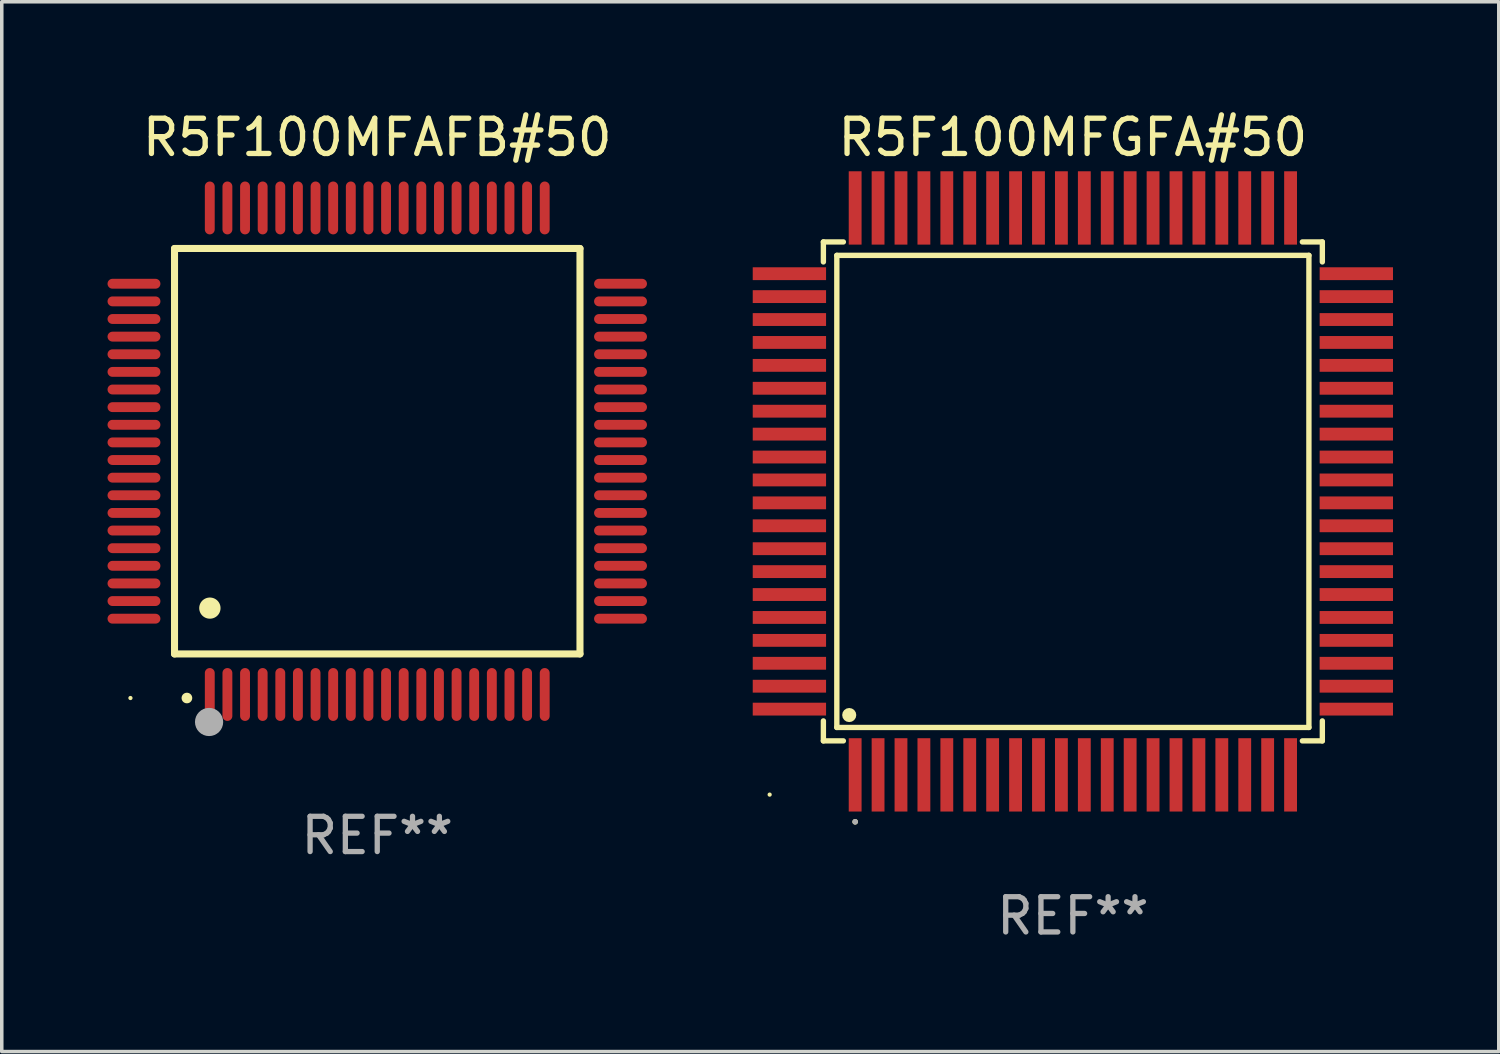
<source format=kicad_pcb>
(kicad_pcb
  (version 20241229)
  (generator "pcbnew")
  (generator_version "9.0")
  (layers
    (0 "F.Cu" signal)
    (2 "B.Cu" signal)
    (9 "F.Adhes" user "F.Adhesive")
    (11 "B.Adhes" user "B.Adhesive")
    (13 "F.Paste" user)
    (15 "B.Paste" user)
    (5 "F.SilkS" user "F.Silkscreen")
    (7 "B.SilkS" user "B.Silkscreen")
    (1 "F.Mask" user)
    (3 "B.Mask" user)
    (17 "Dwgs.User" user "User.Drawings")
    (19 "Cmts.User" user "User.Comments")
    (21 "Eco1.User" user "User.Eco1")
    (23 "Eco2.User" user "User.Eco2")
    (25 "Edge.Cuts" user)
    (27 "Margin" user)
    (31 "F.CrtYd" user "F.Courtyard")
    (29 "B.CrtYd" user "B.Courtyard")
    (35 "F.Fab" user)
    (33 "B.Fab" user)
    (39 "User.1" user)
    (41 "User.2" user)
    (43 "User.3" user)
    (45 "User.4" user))
  (footprint "R5F100MFAFB#50"
    (layer "F.Cu")
    (at 7.65 9.748)
    (property "Reference" "R5F100MFAFB#50" (at 0 -8.9 0) (layer "F.SilkS") (effects (font (size 1 1) (thickness 0.15))))
    (attr through_hole)
    (fp_line (start -5.75 -5.75) (end 5.75 -5.75) (stroke (width 0.2) (type solid)) (layer "F.SilkS"))
    (fp_line (start -5.75 5.75) (end -5.75 -5.75) (stroke (width 0.2) (type solid)) (layer "F.SilkS"))
    (fp_line (start 5.75 -5.75) (end 5.75 5.75) (stroke (width 0.2) (type solid)) (layer "F.SilkS"))
    (fp_line (start 5.75 5.75) (end -5.75 5.75) (stroke (width 0.2) (type solid)) (layer "F.SilkS"))
    (fp_arc (start -5.400051 7.000254) (mid -5.398781 7.000249) (end -5.397511 7.000254) (stroke (width 0.3) (type solid)) (layer "F.SilkS"))
    (fp_arc (start -4.749809 4.450089) (mid -4.747269 4.450078) (end -4.744729 4.450089) (stroke (width 0.6) (type solid)) (layer "F.SilkS"))
    (fp_circle (center -7 7) (end -6.97 7) (stroke (width 0.06) (type solid)) (fill no) (layer "F.SilkS"))
    (fp_circle (center -4.77 7.68) (end -4.57 7.68) (stroke (width 0.4) (type solid)) (fill no) (layer "F.Fab"))
    (fp_text user "REF**" (at 0 10.9 0) (layer "F.Fab") (effects (font (size 1 1) (thickness 0.15))))
    (pad "1" smd oval (at -4.75 6.9) (size 0.28 1.5) (layers "F.Cu" "F.Mask" "F.Paste"))
    (pad "2" smd oval (at -4.25 6.9) (size 0.28 1.5) (layers "F.Cu" "F.Mask" "F.Paste"))
    (pad "3" smd oval (at -3.75 6.9) (size 0.28 1.5) (layers "F.Cu" "F.Mask" "F.Paste"))
    (pad "4" smd oval (at -3.25 6.9) (size 0.28 1.5) (layers "F.Cu" "F.Mask" "F.Paste"))
    (pad "5" smd oval (at -2.75 6.9) (size 0.28 1.5) (layers "F.Cu" "F.Mask" "F.Paste"))
    (pad "6" smd oval (at -2.25 6.9) (size 0.28 1.5) (layers "F.Cu" "F.Mask" "F.Paste"))
    (pad "7" smd oval (at -1.75 6.9) (size 0.28 1.5) (layers "F.Cu" "F.Mask" "F.Paste"))
    (pad "8" smd oval (at -1.25 6.9) (size 0.28 1.5) (layers "F.Cu" "F.Mask" "F.Paste"))
    (pad "9" smd oval (at -0.75 6.9) (size 0.28 1.5) (layers "F.Cu" "F.Mask" "F.Paste"))
    (pad "10" smd oval (at -0.25 6.9) (size 0.28 1.5) (layers "F.Cu" "F.Mask" "F.Paste"))
    (pad "11" smd oval (at 0.25 6.9) (size 0.28 1.5) (layers "F.Cu" "F.Mask" "F.Paste"))
    (pad "12" smd oval (at 0.75 6.9) (size 0.28 1.5) (layers "F.Cu" "F.Mask" "F.Paste"))
    (pad "13" smd oval (at 1.25 6.9) (size 0.28 1.5) (layers "F.Cu" "F.Mask" "F.Paste"))
    (pad "14" smd oval (at 1.75 6.9) (size 0.28 1.5) (layers "F.Cu" "F.Mask" "F.Paste"))
    (pad "15" smd oval (at 2.25 6.9) (size 0.28 1.5) (layers "F.Cu" "F.Mask" "F.Paste"))
    (pad "16" smd oval (at 2.75 6.9) (size 0.28 1.5) (layers "F.Cu" "F.Mask" "F.Paste"))
    (pad "17" smd oval (at 3.25 6.9) (size 0.28 1.5) (layers "F.Cu" "F.Mask" "F.Paste"))
    (pad "18" smd oval (at 3.75 6.9) (size 0.28 1.5) (layers "F.Cu" "F.Mask" "F.Paste"))
    (pad "19" smd oval (at 4.25 6.9) (size 0.28 1.5) (layers "F.Cu" "F.Mask" "F.Paste"))
    (pad "20" smd oval (at 4.75 6.9) (size 0.28 1.5) (layers "F.Cu" "F.Mask" "F.Paste"))
    (pad "21" smd oval (at 6.9 4.75) (size 1.5 0.28) (layers "F.Cu" "F.Mask" "F.Paste"))
    (pad "22" smd oval (at 6.9 4.25) (size 1.5 0.28) (layers "F.Cu" "F.Mask" "F.Paste"))
    (pad "23" smd oval (at 6.9 3.75) (size 1.5 0.28) (layers "F.Cu" "F.Mask" "F.Paste"))
    (pad "24" smd oval (at 6.9 3.25) (size 1.5 0.28) (layers "F.Cu" "F.Mask" "F.Paste"))
    (pad "25" smd oval (at 6.9 2.75) (size 1.5 0.28) (layers "F.Cu" "F.Mask" "F.Paste"))
    (pad "26" smd oval (at 6.9 2.25) (size 1.5 0.28) (layers "F.Cu" "F.Mask" "F.Paste"))
    (pad "27" smd oval (at 6.9 1.75) (size 1.5 0.28) (layers "F.Cu" "F.Mask" "F.Paste"))
    (pad "28" smd oval (at 6.9 1.25) (size 1.5 0.28) (layers "F.Cu" "F.Mask" "F.Paste"))
    (pad "29" smd oval (at 6.9 0.75) (size 1.5 0.28) (layers "F.Cu" "F.Mask" "F.Paste"))
    (pad "30" smd oval (at 6.9 0.25) (size 1.5 0.28) (layers "F.Cu" "F.Mask" "F.Paste"))
    (pad "31" smd oval (at 6.9 -0.25) (size 1.5 0.28) (layers "F.Cu" "F.Mask" "F.Paste"))
    (pad "32" smd oval (at 6.9 -0.75) (size 1.5 0.28) (layers "F.Cu" "F.Mask" "F.Paste"))
    (pad "33" smd oval (at 6.9 -1.25) (size 1.5 0.28) (layers "F.Cu" "F.Mask" "F.Paste"))
    (pad "34" smd oval (at 6.9 -1.75) (size 1.5 0.28) (layers "F.Cu" "F.Mask" "F.Paste"))
    (pad "35" smd oval (at 6.9 -2.25) (size 1.5 0.28) (layers "F.Cu" "F.Mask" "F.Paste"))
    (pad "36" smd oval (at 6.9 -2.75) (size 1.5 0.28) (layers "F.Cu" "F.Mask" "F.Paste"))
    (pad "37" smd oval (at 6.9 -3.25) (size 1.5 0.28) (layers "F.Cu" "F.Mask" "F.Paste"))
    (pad "38" smd oval (at 6.9 -3.75) (size 1.5 0.28) (layers "F.Cu" "F.Mask" "F.Paste"))
    (pad "39" smd oval (at 6.9 -4.25) (size 1.5 0.28) (layers "F.Cu" "F.Mask" "F.Paste"))
    (pad "40" smd oval (at 6.9 -4.75) (size 1.5 0.28) (layers "F.Cu" "F.Mask" "F.Paste"))
    (pad "41" smd oval (at 4.75 -6.9) (size 0.28 1.5) (layers "F.Cu" "F.Mask" "F.Paste"))
    (pad "42" smd oval (at 4.25 -6.9) (size 0.28 1.5) (layers "F.Cu" "F.Mask" "F.Paste"))
    (pad "43" smd oval (at 3.75 -6.9) (size 0.28 1.5) (layers "F.Cu" "F.Mask" "F.Paste"))
    (pad "44" smd oval (at 3.25 -6.9) (size 0.28 1.5) (layers "F.Cu" "F.Mask" "F.Paste"))
    (pad "45" smd oval (at 2.75 -6.9) (size 0.28 1.5) (layers "F.Cu" "F.Mask" "F.Paste"))
    (pad "46" smd oval (at 2.25 -6.9) (size 0.28 1.5) (layers "F.Cu" "F.Mask" "F.Paste"))
    (pad "47" smd oval (at 1.75 -6.9) (size 0.28 1.5) (layers "F.Cu" "F.Mask" "F.Paste"))
    (pad "48" smd oval (at 1.25 -6.9) (size 0.28 1.5) (layers "F.Cu" "F.Mask" "F.Paste"))
    (pad "49" smd oval (at 0.75 -6.9) (size 0.28 1.5) (layers "F.Cu" "F.Mask" "F.Paste"))
    (pad "50" smd oval (at 0.25 -6.9) (size 0.28 1.5) (layers "F.Cu" "F.Mask" "F.Paste"))
    (pad "51" smd oval (at -0.25 -6.9) (size 0.28 1.5) (layers "F.Cu" "F.Mask" "F.Paste"))
    (pad "52" smd oval (at -0.75 -6.9) (size 0.28 1.5) (layers "F.Cu" "F.Mask" "F.Paste"))
    (pad "53" smd oval (at -1.25 -6.9) (size 0.28 1.5) (layers "F.Cu" "F.Mask" "F.Paste"))
    (pad "54" smd oval (at -1.75 -6.9) (size 0.28 1.5) (layers "F.Cu" "F.Mask" "F.Paste"))
    (pad "55" smd oval (at -2.25 -6.9) (size 0.28 1.5) (layers "F.Cu" "F.Mask" "F.Paste"))
    (pad "56" smd oval (at -2.75 -6.9) (size 0.28 1.5) (layers "F.Cu" "F.Mask" "F.Paste"))
    (pad "57" smd oval (at -3.25 -6.9) (size 0.28 1.5) (layers "F.Cu" "F.Mask" "F.Paste"))
    (pad "58" smd oval (at -3.75 -6.9) (size 0.28 1.5) (layers "F.Cu" "F.Mask" "F.Paste"))
    (pad "59" smd oval (at -4.25 -6.9) (size 0.28 1.5) (layers "F.Cu" "F.Mask" "F.Paste"))
    (pad "60" smd oval (at -4.75 -6.9) (size 0.28 1.5) (layers "F.Cu" "F.Mask" "F.Paste"))
    (pad "61" smd oval (at -6.9 -4.75) (size 1.5 0.28) (layers "F.Cu" "F.Mask" "F.Paste"))
    (pad "62" smd oval (at -6.9 -4.25) (size 1.5 0.28) (layers "F.Cu" "F.Mask" "F.Paste"))
    (pad "63" smd oval (at -6.9 -3.75) (size 1.5 0.28) (layers "F.Cu" "F.Mask" "F.Paste"))
    (pad "64" smd oval (at -6.9 -3.25) (size 1.5 0.28) (layers "F.Cu" "F.Mask" "F.Paste"))
    (pad "65" smd oval (at -6.9 -2.75) (size 1.5 0.28) (layers "F.Cu" "F.Mask" "F.Paste"))
    (pad "66" smd oval (at -6.9 -2.25) (size 1.5 0.28) (layers "F.Cu" "F.Mask" "F.Paste"))
    (pad "67" smd oval (at -6.9 -1.75) (size 1.5 0.28) (layers "F.Cu" "F.Mask" "F.Paste"))
    (pad "68" smd oval (at -6.9 -1.25) (size 1.5 0.28) (layers "F.Cu" "F.Mask" "F.Paste"))
    (pad "69" smd oval (at -6.9 -0.75) (size 1.5 0.28) (layers "F.Cu" "F.Mask" "F.Paste"))
    (pad "70" smd oval (at -6.9 -0.25) (size 1.5 0.28) (layers "F.Cu" "F.Mask" "F.Paste"))
    (pad "71" smd oval (at -6.9 0.25) (size 1.5 0.28) (layers "F.Cu" "F.Mask" "F.Paste"))
    (pad "72" smd oval (at -6.9 0.75) (size 1.5 0.28) (layers "F.Cu" "F.Mask" "F.Paste"))
    (pad "73" smd oval (at -6.9 1.25) (size 1.5 0.28) (layers "F.Cu" "F.Mask" "F.Paste"))
    (pad "74" smd oval (at -6.9 1.75) (size 1.5 0.28) (layers "F.Cu" "F.Mask" "F.Paste"))
    (pad "75" smd oval (at -6.9 2.25) (size 1.5 0.28) (layers "F.Cu" "F.Mask" "F.Paste"))
    (pad "76" smd oval (at -6.9 2.75) (size 1.5 0.28) (layers "F.Cu" "F.Mask" "F.Paste"))
    (pad "77" smd oval (at -6.9 3.25) (size 1.5 0.28) (layers "F.Cu" "F.Mask" "F.Paste"))
    (pad "78" smd oval (at -6.9 3.75) (size 1.5 0.28) (layers "F.Cu" "F.Mask" "F.Paste"))
    (pad "79" smd oval (at -6.9 4.25) (size 1.5 0.28) (layers "F.Cu" "F.Mask" "F.Paste"))
    (pad "80" smd oval (at -6.9 4.75) (size 1.5 0.28) (layers "F.Cu" "F.Mask" "F.Paste")))
  (footprint "R5F100MFGFA#50"
    (layer "F.Cu")
    (at 27.38 10.888)
    (property "Reference" "R5F100MFGFA#50" (at 0 -10.04 0) (layer "F.SilkS") (effects (font (size 1 1) (thickness 0.15))))
    (attr through_hole)
    (fp_line (start -7.076 -7.076) (end -7.076 -6.509) (stroke (width 0.152) (type solid)) (layer "F.SilkS"))
    (fp_line (start -7.076 7.076) (end -7.076 6.509) (stroke (width 0.152) (type solid)) (layer "F.SilkS"))
    (fp_line (start -6.695 -6.695) (end 6.695 -6.695) (stroke (width 0.152) (type solid)) (layer "F.SilkS"))
    (fp_line (start -6.695 6.695) (end -6.695 -6.695) (stroke (width 0.152) (type solid)) (layer "F.SilkS"))
    (fp_line (start -6.509 -7.076) (end -7.076 -7.076) (stroke (width 0.152) (type solid)) (layer "F.SilkS"))
    (fp_line (start -6.509 7.076) (end -7.076 7.076) (stroke (width 0.152) (type solid)) (layer "F.SilkS"))
    (fp_line (start 6.509 -7.076) (end 7.076 -7.076) (stroke (width 0.152) (type solid)) (layer "F.SilkS"))
    (fp_line (start 6.509 7.076) (end 7.076 7.076) (stroke (width 0.152) (type solid)) (layer "F.SilkS"))
    (fp_line (start 6.695 -6.695) (end 6.695 6.695) (stroke (width 0.152) (type solid)) (layer "F.SilkS"))
    (fp_line (start 6.695 6.695) (end -6.695 6.695) (stroke (width 0.152) (type solid)) (layer "F.SilkS"))
    (fp_line (start 7.076 -7.076) (end 7.076 -6.509) (stroke (width 0.152) (type solid)) (layer "F.SilkS"))
    (fp_line (start 7.076 7.076) (end 7.076 6.509) (stroke (width 0.152) (type solid)) (layer "F.SilkS"))
    (fp_circle (center -8.6 8.6) (end -8.57 8.6) (stroke (width 0.06) (type solid)) (fill no) (layer "F.SilkS"))
    (fp_circle (center -6.343 6.343) (end -6.243 6.343) (stroke (width 0.2) (type solid)) (fill no) (layer "F.SilkS"))
    (fp_circle (center -6.175 9.371) (end -6.135 9.371) (stroke (width 0.08) (type solid)) (fill no) (layer "F.SilkS"))
    (fp_circle (center -6.175 9.371) (end -6.135 9.371) (stroke (width 0.08) (type solid)) (fill no) (layer "F.Fab"))
    (fp_text user "REF**" (at 0 12.04 0) (layer "F.Fab") (effects (font (size 1 1) (thickness 0.15))))
    (pad "1" smd rect (at -6.175 8.04) (size 0.364 2.08) (layers "F.Cu" "F.Mask" "F.Paste"))
    (pad "2" smd rect (at -5.525 8.04) (size 0.364 2.08) (layers "F.Cu" "F.Mask" "F.Paste"))
    (pad "3" smd rect (at -4.875 8.04) (size 0.364 2.08) (layers "F.Cu" "F.Mask" "F.Paste"))
    (pad "4" smd rect (at -4.225 8.04) (size 0.364 2.08) (layers "F.Cu" "F.Mask" "F.Paste"))
    (pad "5" smd rect (at -3.575 8.04) (size 0.364 2.08) (layers "F.Cu" "F.Mask" "F.Paste"))
    (pad "6" smd rect (at -2.925 8.04) (size 0.364 2.08) (layers "F.Cu" "F.Mask" "F.Paste"))
    (pad "7" smd rect (at -2.275 8.04) (size 0.364 2.08) (layers "F.Cu" "F.Mask" "F.Paste"))
    (pad "8" smd rect (at -1.625 8.04) (size 0.364 2.08) (layers "F.Cu" "F.Mask" "F.Paste"))
    (pad "9" smd rect (at -0.975 8.04) (size 0.364 2.08) (layers "F.Cu" "F.Mask" "F.Paste"))
    (pad "10" smd rect (at -0.325 8.04) (size 0.364 2.08) (layers "F.Cu" "F.Mask" "F.Paste"))
    (pad "11" smd rect (at 0.325 8.04) (size 0.364 2.08) (layers "F.Cu" "F.Mask" "F.Paste"))
    (pad "12" smd rect (at 0.975 8.04) (size 0.364 2.08) (layers "F.Cu" "F.Mask" "F.Paste"))
    (pad "13" smd rect (at 1.625 8.04) (size 0.364 2.08) (layers "F.Cu" "F.Mask" "F.Paste"))
    (pad "14" smd rect (at 2.275 8.04) (size 0.364 2.08) (layers "F.Cu" "F.Mask" "F.Paste"))
    (pad "15" smd rect (at 2.925 8.04) (size 0.364 2.08) (layers "F.Cu" "F.Mask" "F.Paste"))
    (pad "16" smd rect (at 3.575 8.04) (size 0.364 2.08) (layers "F.Cu" "F.Mask" "F.Paste"))
    (pad "17" smd rect (at 4.225 8.04) (size 0.364 2.08) (layers "F.Cu" "F.Mask" "F.Paste"))
    (pad "18" smd rect (at 4.875 8.04) (size 0.364 2.08) (layers "F.Cu" "F.Mask" "F.Paste"))
    (pad "19" smd rect (at 5.525 8.04) (size 0.364 2.08) (layers "F.Cu" "F.Mask" "F.Paste"))
    (pad "20" smd rect (at 6.175 8.04) (size 0.364 2.08) (layers "F.Cu" "F.Mask" "F.Paste"))
    (pad "21" smd rect (at 8.04 6.175) (size 2.08 0.364) (layers "F.Cu" "F.Mask" "F.Paste"))
    (pad "22" smd rect (at 8.04 5.525) (size 2.08 0.364) (layers "F.Cu" "F.Mask" "F.Paste"))
    (pad "23" smd rect (at 8.04 4.875) (size 2.08 0.364) (layers "F.Cu" "F.Mask" "F.Paste"))
    (pad "24" smd rect (at 8.04 4.225) (size 2.08 0.364) (layers "F.Cu" "F.Mask" "F.Paste"))
    (pad "25" smd rect (at 8.04 3.575) (size 2.08 0.364) (layers "F.Cu" "F.Mask" "F.Paste"))
    (pad "26" smd rect (at 8.04 2.925) (size 2.08 0.364) (layers "F.Cu" "F.Mask" "F.Paste"))
    (pad "27" smd rect (at 8.04 2.275) (size 2.08 0.364) (layers "F.Cu" "F.Mask" "F.Paste"))
    (pad "28" smd rect (at 8.04 1.625) (size 2.08 0.364) (layers "F.Cu" "F.Mask" "F.Paste"))
    (pad "29" smd rect (at 8.04 0.975) (size 2.08 0.364) (layers "F.Cu" "F.Mask" "F.Paste"))
    (pad "30" smd rect (at 8.04 0.325) (size 2.08 0.364) (layers "F.Cu" "F.Mask" "F.Paste"))
    (pad "31" smd rect (at 8.04 -0.325) (size 2.08 0.364) (layers "F.Cu" "F.Mask" "F.Paste"))
    (pad "32" smd rect (at 8.04 -0.975) (size 2.08 0.364) (layers "F.Cu" "F.Mask" "F.Paste"))
    (pad "33" smd rect (at 8.04 -1.625) (size 2.08 0.364) (layers "F.Cu" "F.Mask" "F.Paste"))
    (pad "34" smd rect (at 8.04 -2.275) (size 2.08 0.364) (layers "F.Cu" "F.Mask" "F.Paste"))
    (pad "35" smd rect (at 8.04 -2.925) (size 2.08 0.364) (layers "F.Cu" "F.Mask" "F.Paste"))
    (pad "36" smd rect (at 8.04 -3.575) (size 2.08 0.364) (layers "F.Cu" "F.Mask" "F.Paste"))
    (pad "37" smd rect (at 8.04 -4.225) (size 2.08 0.364) (layers "F.Cu" "F.Mask" "F.Paste"))
    (pad "38" smd rect (at 8.04 -4.875) (size 2.08 0.364) (layers "F.Cu" "F.Mask" "F.Paste"))
    (pad "39" smd rect (at 8.04 -5.525) (size 2.08 0.364) (layers "F.Cu" "F.Mask" "F.Paste"))
    (pad "40" smd rect (at 8.04 -6.175) (size 2.08 0.364) (layers "F.Cu" "F.Mask" "F.Paste"))
    (pad "41" smd rect (at 6.175 -8.04) (size 0.364 2.08) (layers "F.Cu" "F.Mask" "F.Paste"))
    (pad "42" smd rect (at 5.525 -8.04) (size 0.364 2.08) (layers "F.Cu" "F.Mask" "F.Paste"))
    (pad "43" smd rect (at 4.875 -8.04) (size 0.364 2.08) (layers "F.Cu" "F.Mask" "F.Paste"))
    (pad "44" smd rect (at 4.225 -8.04) (size 0.364 2.08) (layers "F.Cu" "F.Mask" "F.Paste"))
    (pad "45" smd rect (at 3.575 -8.04) (size 0.364 2.08) (layers "F.Cu" "F.Mask" "F.Paste"))
    (pad "46" smd rect (at 2.925 -8.04) (size 0.364 2.08) (layers "F.Cu" "F.Mask" "F.Paste"))
    (pad "47" smd rect (at 2.275 -8.04) (size 0.364 2.08) (layers "F.Cu" "F.Mask" "F.Paste"))
    (pad "48" smd rect (at 1.625 -8.04) (size 0.364 2.08) (layers "F.Cu" "F.Mask" "F.Paste"))
    (pad "49" smd rect (at 0.975 -8.04) (size 0.364 2.08) (layers "F.Cu" "F.Mask" "F.Paste"))
    (pad "50" smd rect (at 0.325 -8.04) (size 0.364 2.08) (layers "F.Cu" "F.Mask" "F.Paste"))
    (pad "51" smd rect (at -0.325 -8.04) (size 0.364 2.08) (layers "F.Cu" "F.Mask" "F.Paste"))
    (pad "52" smd rect (at -0.975 -8.04) (size 0.364 2.08) (layers "F.Cu" "F.Mask" "F.Paste"))
    (pad "53" smd rect (at -1.625 -8.04) (size 0.364 2.08) (layers "F.Cu" "F.Mask" "F.Paste"))
    (pad "54" smd rect (at -2.275 -8.04) (size 0.364 2.08) (layers "F.Cu" "F.Mask" "F.Paste"))
    (pad "55" smd rect (at -2.925 -8.04) (size 0.364 2.08) (layers "F.Cu" "F.Mask" "F.Paste"))
    (pad "56" smd rect (at -3.575 -8.04) (size 0.364 2.08) (layers "F.Cu" "F.Mask" "F.Paste"))
    (pad "57" smd rect (at -4.225 -8.04) (size 0.364 2.08) (layers "F.Cu" "F.Mask" "F.Paste"))
    (pad "58" smd rect (at -4.875 -8.04) (size 0.364 2.08) (layers "F.Cu" "F.Mask" "F.Paste"))
    (pad "59" smd rect (at -5.525 -8.04) (size 0.364 2.08) (layers "F.Cu" "F.Mask" "F.Paste"))
    (pad "60" smd rect (at -6.175 -8.04) (size 0.364 2.08) (layers "F.Cu" "F.Mask" "F.Paste"))
    (pad "61" smd rect (at -8.04 -6.175) (size 2.08 0.364) (layers "F.Cu" "F.Mask" "F.Paste"))
    (pad "62" smd rect (at -8.04 -5.525) (size 2.08 0.364) (layers "F.Cu" "F.Mask" "F.Paste"))
    (pad "63" smd rect (at -8.04 -4.875) (size 2.08 0.364) (layers "F.Cu" "F.Mask" "F.Paste"))
    (pad "64" smd rect (at -8.04 -4.225) (size 2.08 0.364) (layers "F.Cu" "F.Mask" "F.Paste"))
    (pad "65" smd rect (at -8.04 -3.575) (size 2.08 0.364) (layers "F.Cu" "F.Mask" "F.Paste"))
    (pad "66" smd rect (at -8.04 -2.925) (size 2.08 0.364) (layers "F.Cu" "F.Mask" "F.Paste"))
    (pad "67" smd rect (at -8.04 -2.275) (size 2.08 0.364) (layers "F.Cu" "F.Mask" "F.Paste"))
    (pad "68" smd rect (at -8.04 -1.625) (size 2.08 0.364) (layers "F.Cu" "F.Mask" "F.Paste"))
    (pad "69" smd rect (at -8.04 -0.975) (size 2.08 0.364) (layers "F.Cu" "F.Mask" "F.Paste"))
    (pad "70" smd rect (at -8.04 -0.325) (size 2.08 0.364) (layers "F.Cu" "F.Mask" "F.Paste"))
    (pad "71" smd rect (at -8.04 0.325) (size 2.08 0.364) (layers "F.Cu" "F.Mask" "F.Paste"))
    (pad "72" smd rect (at -8.04 0.975) (size 2.08 0.364) (layers "F.Cu" "F.Mask" "F.Paste"))
    (pad "73" smd rect (at -8.04 1.625) (size 2.08 0.364) (layers "F.Cu" "F.Mask" "F.Paste"))
    (pad "74" smd rect (at -8.04 2.275) (size 2.08 0.364) (layers "F.Cu" "F.Mask" "F.Paste"))
    (pad "75" smd rect (at -8.04 2.925) (size 2.08 0.364) (layers "F.Cu" "F.Mask" "F.Paste"))
    (pad "76" smd rect (at -8.04 3.575) (size 2.08 0.364) (layers "F.Cu" "F.Mask" "F.Paste"))
    (pad "77" smd rect (at -8.04 4.225) (size 2.08 0.364) (layers "F.Cu" "F.Mask" "F.Paste"))
    (pad "78" smd rect (at -8.04 4.875) (size 2.08 0.364) (layers "F.Cu" "F.Mask" "F.Paste"))
    (pad "79" smd rect (at -8.04 5.525) (size 2.08 0.364) (layers "F.Cu" "F.Mask" "F.Paste"))
    (pad "80" smd rect (at -8.04 6.175) (size 2.08 0.364) (layers "F.Cu" "F.Mask" "F.Paste")))
  (gr_rect
    (start -3 -3)
    (end 39.46 26.776)
    (stroke (width 0.1) (type default))
    (fill no)
    (layer "Edge.Cuts")))
</source>
